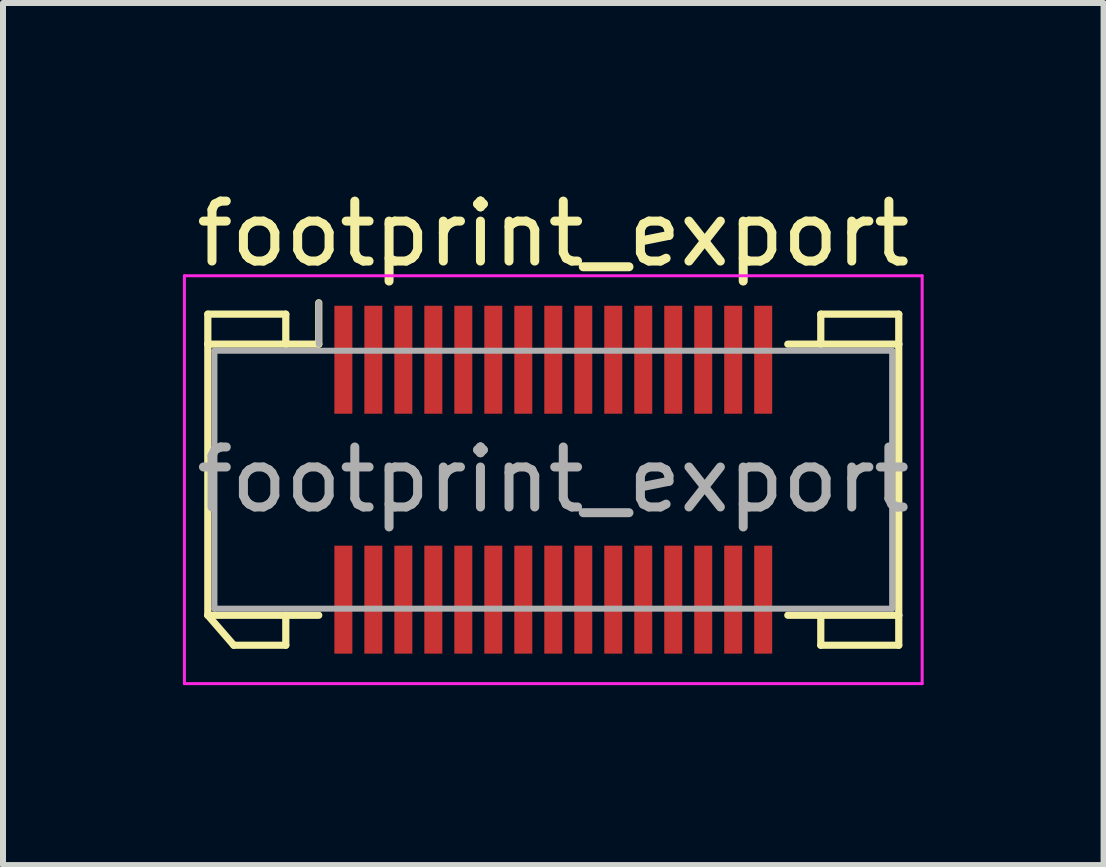
<source format=kicad_pcb>
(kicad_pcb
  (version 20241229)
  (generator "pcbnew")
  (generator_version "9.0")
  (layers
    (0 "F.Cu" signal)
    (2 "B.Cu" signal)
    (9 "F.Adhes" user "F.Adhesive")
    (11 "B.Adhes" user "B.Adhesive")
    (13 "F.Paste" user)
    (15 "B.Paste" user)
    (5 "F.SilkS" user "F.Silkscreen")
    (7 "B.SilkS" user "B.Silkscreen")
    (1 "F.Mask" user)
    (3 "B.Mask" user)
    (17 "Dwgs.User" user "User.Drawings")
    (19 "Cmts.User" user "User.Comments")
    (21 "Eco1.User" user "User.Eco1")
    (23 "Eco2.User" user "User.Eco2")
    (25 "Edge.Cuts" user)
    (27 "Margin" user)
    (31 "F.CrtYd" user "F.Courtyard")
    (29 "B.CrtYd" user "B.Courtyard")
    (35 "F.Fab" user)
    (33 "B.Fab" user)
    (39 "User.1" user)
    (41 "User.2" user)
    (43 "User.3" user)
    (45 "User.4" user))
  (footprint "footprint_export"
    (layer "F.Cu")
    (at 6.175 4.948)
    (property "Reference" "footprint_export" (at 0 -4.1 0) (layer "F.SilkS") (effects (font (size 1 1) (thickness 0.15))))
    (attr smd)
    (fp_line (start -5.76 -2.76) (end -4.46 -2.76) (stroke (width 0.12) (type solid)) (layer "F.SilkS"))
    (fp_line (start -5.76 -2.26) (end -5.76 -2.76) (stroke (width 0.12) (type solid)) (layer "F.SilkS"))
    (fp_line (start -5.76 -2.26) (end -3.91 -2.26) (stroke (width 0.12) (type solid)) (layer "F.SilkS"))
    (fp_line (start -5.76 2.26) (end -5.76 -2.26) (stroke (width 0.12) (type solid)) (layer "F.SilkS"))
    (fp_line (start -5.76 2.26) (end -5.327 2.76) (stroke (width 0.12) (type solid)) (layer "F.SilkS"))
    (fp_line (start -5.327 2.76) (end -4.46 2.76) (stroke (width 0.12) (type solid)) (layer "F.SilkS"))
    (fp_line (start -4.46 -2.76) (end -4.46 -2.26) (stroke (width 0.12) (type solid)) (layer "F.SilkS"))
    (fp_line (start -4.46 2.76) (end -4.46 2.26) (stroke (width 0.12) (type solid)) (layer "F.SilkS"))
    (fp_line (start -3.91 -2.26) (end -3.91 -2.95) (stroke (width 0.12) (type solid)) (layer "F.SilkS"))
    (fp_line (start -3.91 2.26) (end -5.76 2.26) (stroke (width 0.12) (type solid)) (layer "F.SilkS"))
    (fp_line (start 3.91 2.26) (end 5.76 2.26) (stroke (width 0.12) (type solid)) (layer "F.SilkS"))
    (fp_line (start 4.46 -2.76) (end 4.46 -2.26) (stroke (width 0.12) (type solid)) (layer "F.SilkS"))
    (fp_line (start 4.46 2.76) (end 4.46 2.26) (stroke (width 0.12) (type solid)) (layer "F.SilkS"))
    (fp_line (start 5.76 -2.76) (end 4.46 -2.76) (stroke (width 0.12) (type solid)) (layer "F.SilkS"))
    (fp_line (start 5.76 -2.26) (end 3.91 -2.26) (stroke (width 0.12) (type solid)) (layer "F.SilkS"))
    (fp_line (start 5.76 -2.26) (end 5.76 -2.76) (stroke (width 0.12) (type solid)) (layer "F.SilkS"))
    (fp_line (start 5.76 2.26) (end 5.76 -2.26) (stroke (width 0.12) (type solid)) (layer "F.SilkS"))
    (fp_line (start 5.76 2.26) (end 5.76 2.76) (stroke (width 0.12) (type solid)) (layer "F.SilkS"))
    (fp_line (start 5.76 2.76) (end 4.46 2.76) (stroke (width 0.12) (type solid)) (layer "F.SilkS"))
    (fp_line (start -6.15 -3.4) (end -6.15 3.4) (stroke (width 0.05) (type solid)) (layer "F.CrtYd"))
    (fp_line (start -6.15 3.4) (end 6.15 3.4) (stroke (width 0.05) (type solid)) (layer "F.CrtYd"))
    (fp_line (start 6.15 -3.4) (end -6.15 -3.4) (stroke (width 0.05) (type solid)) (layer "F.CrtYd"))
    (fp_line (start 6.15 3.4) (end 6.15 -3.4) (stroke (width 0.05) (type solid)) (layer "F.CrtYd"))
    (fp_line (start -5.65 -2.15) (end -5.65 2.15) (stroke (width 0.1) (type solid)) (layer "F.Fab"))
    (fp_line (start -5.65 2.15) (end 5.65 2.15) (stroke (width 0.1) (type solid)) (layer "F.Fab"))
    (fp_line (start -3.91 -2.26) (end -3.91 -2.95) (stroke (width 0.1) (type solid)) (layer "F.Fab"))
    (fp_line (start 5.65 -2.15) (end -5.65 -2.15) (stroke (width 0.1) (type solid)) (layer "F.Fab"))
    (fp_line (start 5.65 2.15) (end 5.65 -2.15) (stroke (width 0.1) (type solid)) (layer "F.Fab"))
    (fp_text user "${REFERENCE}" (at 0 0 0) (layer "F.Fab") (effects (font (size 1 1) (thickness 0.15))))
    (pad "1" smd rect (at -3.5 -2) (size 0.3 1.8) (layers "F.Cu" "F.Mask" "F.Paste"))
    (pad "2" smd rect (at -3.5 2) (size 0.3 1.8) (layers "F.Cu" "F.Mask" "F.Paste"))
    (pad "3" smd rect (at -3 -2) (size 0.3 1.8) (layers "F.Cu" "F.Mask" "F.Paste"))
    (pad "4" smd rect (at -3 2) (size 0.3 1.8) (layers "F.Cu" "F.Mask" "F.Paste"))
    (pad "5" smd rect (at -2.5 -2) (size 0.3 1.8) (layers "F.Cu" "F.Mask" "F.Paste"))
    (pad "6" smd rect (at -2.5 2) (size 0.3 1.8) (layers "F.Cu" "F.Mask" "F.Paste"))
    (pad "7" smd rect (at -2 -2) (size 0.3 1.8) (layers "F.Cu" "F.Mask" "F.Paste"))
    (pad "8" smd rect (at -2 2) (size 0.3 1.8) (layers "F.Cu" "F.Mask" "F.Paste"))
    (pad "9" smd rect (at -1.5 -2) (size 0.3 1.8) (layers "F.Cu" "F.Mask" "F.Paste"))
    (pad "10" smd rect (at -1.5 2) (size 0.3 1.8) (layers "F.Cu" "F.Mask" "F.Paste"))
    (pad "11" smd rect (at -1 -2) (size 0.3 1.8) (layers "F.Cu" "F.Mask" "F.Paste"))
    (pad "12" smd rect (at -1 2) (size 0.3 1.8) (layers "F.Cu" "F.Mask" "F.Paste"))
    (pad "13" smd rect (at -0.5 -2) (size 0.3 1.8) (layers "F.Cu" "F.Mask" "F.Paste"))
    (pad "14" smd rect (at -0.5 2) (size 0.3 1.8) (layers "F.Cu" "F.Mask" "F.Paste"))
    (pad "15" smd rect (at 0 -2) (size 0.3 1.8) (layers "F.Cu" "F.Mask" "F.Paste"))
    (pad "16" smd rect (at 0 2) (size 0.3 1.8) (layers "F.Cu" "F.Mask" "F.Paste"))
    (pad "17" smd rect (at 0.5 -2) (size 0.3 1.8) (layers "F.Cu" "F.Mask" "F.Paste"))
    (pad "18" smd rect (at 0.5 2) (size 0.3 1.8) (layers "F.Cu" "F.Mask" "F.Paste"))
    (pad "19" smd rect (at 1 -2) (size 0.3 1.8) (layers "F.Cu" "F.Mask" "F.Paste"))
    (pad "20" smd rect (at 1 2) (size 0.3 1.8) (layers "F.Cu" "F.Mask" "F.Paste"))
    (pad "21" smd rect (at 1.5 -2) (size 0.3 1.8) (layers "F.Cu" "F.Mask" "F.Paste"))
    (pad "22" smd rect (at 1.5 2) (size 0.3 1.8) (layers "F.Cu" "F.Mask" "F.Paste"))
    (pad "23" smd rect (at 2 -2) (size 0.3 1.8) (layers "F.Cu" "F.Mask" "F.Paste"))
    (pad "24" smd rect (at 2 2) (size 0.3 1.8) (layers "F.Cu" "F.Mask" "F.Paste"))
    (pad "25" smd rect (at 2.5 -2) (size 0.3 1.8) (layers "F.Cu" "F.Mask" "F.Paste"))
    (pad "26" smd rect (at 2.5 2) (size 0.3 1.8) (layers "F.Cu" "F.Mask" "F.Paste"))
    (pad "27" smd rect (at 3 -2) (size 0.3 1.8) (layers "F.Cu" "F.Mask" "F.Paste"))
    (pad "28" smd rect (at 3 2) (size 0.3 1.8) (layers "F.Cu" "F.Mask" "F.Paste"))
    (pad "29" smd rect (at 3.5 -2) (size 0.3 1.8) (layers "F.Cu" "F.Mask" "F.Paste"))
    (pad "30" smd rect (at 3.5 2) (size 0.3 1.8) (layers "F.Cu" "F.Mask" "F.Paste")))
  (gr_rect
    (start -3 -3)
    (end 15.35 11.373)
    (stroke (width 0.1) (type default))
    (fill no)
    (layer "Edge.Cuts")))
</source>
